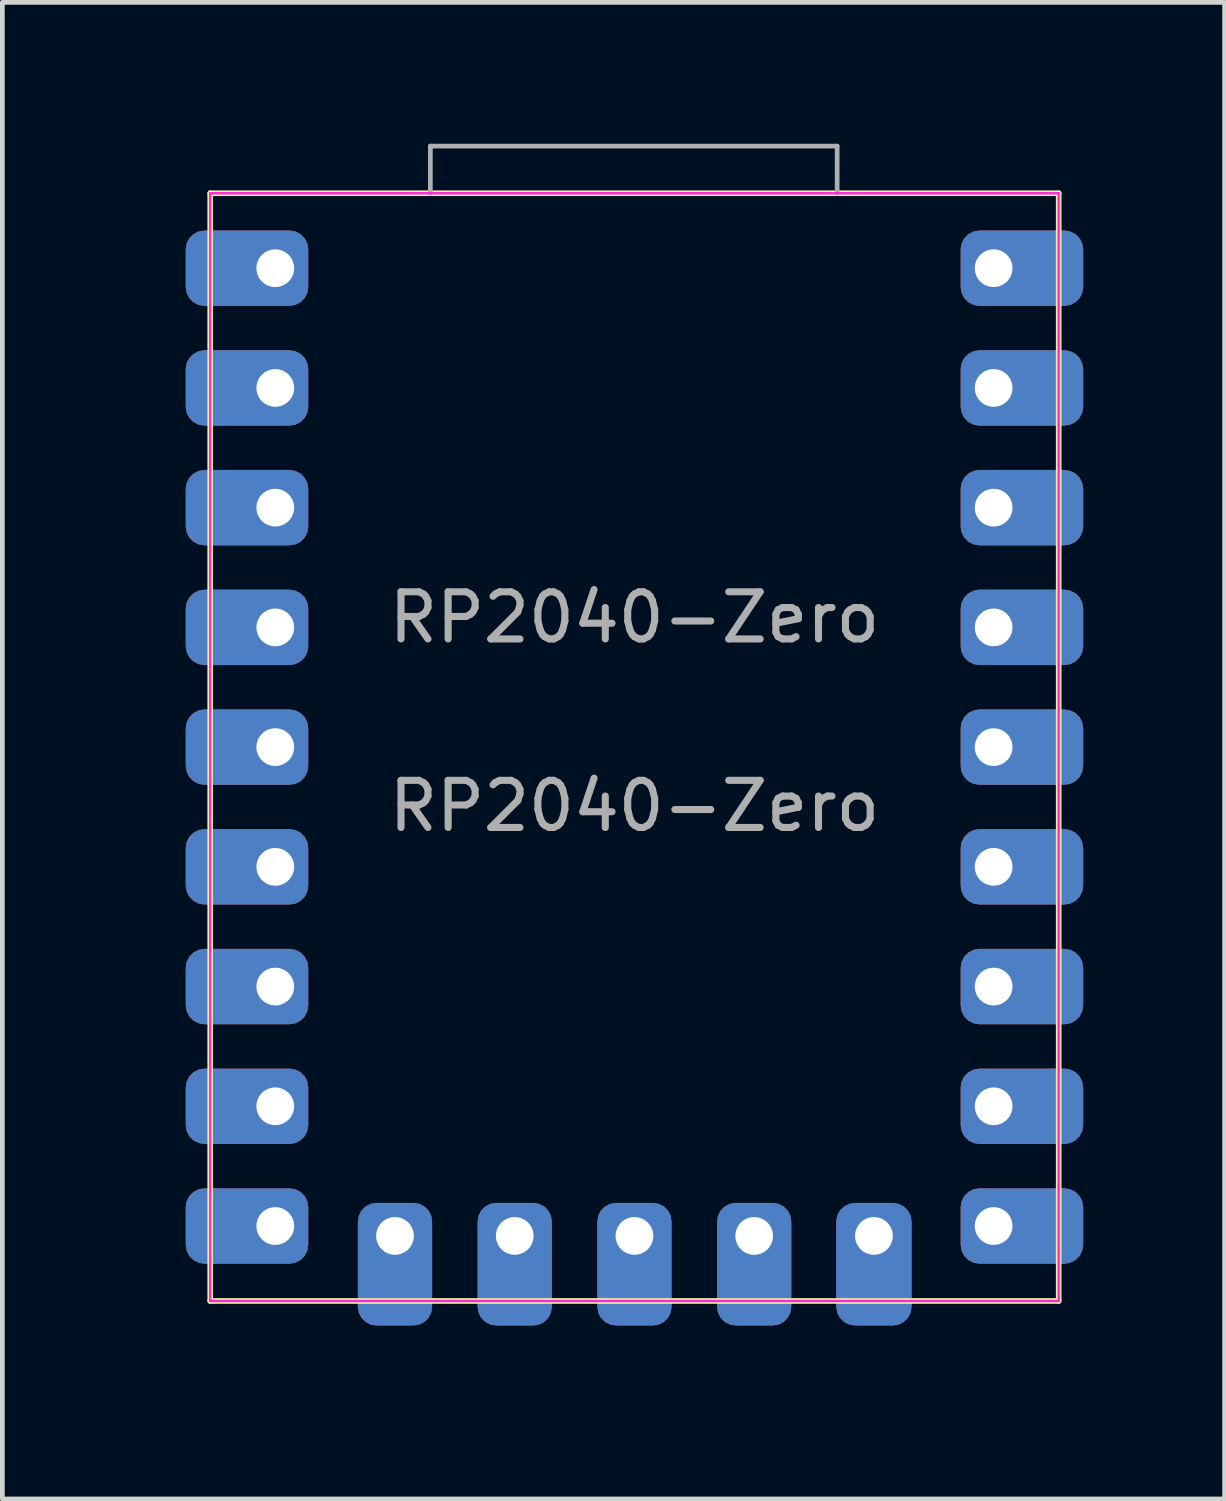
<source format=kicad_pcb>
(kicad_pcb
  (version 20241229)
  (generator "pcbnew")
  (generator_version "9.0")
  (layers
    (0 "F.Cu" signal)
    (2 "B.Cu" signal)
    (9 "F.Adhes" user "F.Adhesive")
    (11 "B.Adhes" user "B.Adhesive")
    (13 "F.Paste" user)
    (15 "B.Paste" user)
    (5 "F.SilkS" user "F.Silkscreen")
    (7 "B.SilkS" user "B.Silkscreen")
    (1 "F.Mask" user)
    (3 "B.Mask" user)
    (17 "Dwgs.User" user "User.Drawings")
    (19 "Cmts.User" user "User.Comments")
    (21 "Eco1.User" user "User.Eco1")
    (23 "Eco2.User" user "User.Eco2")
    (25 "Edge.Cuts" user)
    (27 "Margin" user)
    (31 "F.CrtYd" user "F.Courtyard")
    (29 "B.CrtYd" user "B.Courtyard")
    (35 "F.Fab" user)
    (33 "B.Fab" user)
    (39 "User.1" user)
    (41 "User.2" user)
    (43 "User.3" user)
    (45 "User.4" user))
  (footprint "RP2040-Zero"
    (layer "F.Cu")
    (at 0.25 25.5)
    (property "Reference" "RP2040-Zero" (at 10.16 -15.45 0) (unlocked yes) (layer "F.Fab") (effects (font (size 1 1) (thickness 0.15))))
    (attr through_hole)
    (fp_line (start 1.16 -24.45) (end 1.16 -0.95) (stroke (width 0.12) (type solid)) (layer "F.SilkS"))
    (fp_line (start 1.16 -0.95) (end 19.16 -0.95) (stroke (width 0.12) (type solid)) (layer "F.SilkS"))
    (fp_line (start 19.16 -24.45) (end 1.16 -24.45) (stroke (width 0.12) (type solid)) (layer "F.SilkS"))
    (fp_line (start 19.16 -0.95) (end 19.16 -24.45) (stroke (width 0.12) (type solid)) (layer "F.SilkS"))
    (fp_line (start 1.16 -24.45) (end 19.16 -24.45) (stroke (width 0.05) (type solid)) (layer "F.CrtYd"))
    (fp_line (start 1.16 -0.95) (end 1.16 -24.45) (stroke (width 0.05) (type solid)) (layer "F.CrtYd"))
    (fp_line (start 19.16 -24.45) (end 19.16 -0.95) (stroke (width 0.05) (type solid)) (layer "F.CrtYd"))
    (fp_line (start 19.16 -0.95) (end 1.16 -0.95) (stroke (width 0.05) (type solid)) (layer "F.CrtYd"))
    (fp_line (start 5.83 -25.45) (end 5.83 -24.45) (stroke (width 0.1) (type solid)) (layer "F.Fab"))
    (fp_line (start 5.83 -25.45) (end 14.46 -25.45) (stroke (width 0.1) (type solid)) (layer "F.Fab"))
    (fp_line (start 14.46 -25.45) (end 14.46 -24.45) (stroke (width 0.1) (type solid)) (layer "F.Fab"))
    (fp_text user "${REFERENCE}" (at 10.16 -11.45 0) (unlocked yes) (layer "F.Fab") (effects (font (size 1 1) (thickness 0.15))))
    (pad "1" thru_hole roundrect (at 17.78 -22.86) (size 2.6 1.6) (drill 0.8 (offset 0.6 0)) (layers "*.Cu" "*.Mask") (roundrect_rratio 0.25))
    (pad "2" thru_hole roundrect (at 17.78 -20.32) (size 2.6 1.6) (drill 0.8 (offset 0.6 0)) (layers "*.Cu" "*.Mask") (roundrect_rratio 0.25))
    (pad "3" thru_hole roundrect (at 17.78 -17.78) (size 2.6 1.6) (drill 0.8 (offset 0.6 0)) (layers "*.Cu" "*.Mask") (roundrect_rratio 0.25))
    (pad "4" thru_hole roundrect (at 17.78 -15.24) (size 2.6 1.6) (drill 0.8 (offset 0.6 0)) (layers "*.Cu" "*.Mask") (roundrect_rratio 0.25))
    (pad "5" thru_hole roundrect (at 17.78 -12.7) (size 2.6 1.6) (drill 0.8 (offset 0.6 0)) (layers "*.Cu" "*.Mask") (roundrect_rratio 0.25))
    (pad "6" thru_hole roundrect (at 17.78 -10.16) (size 2.6 1.6) (drill 0.8 (offset 0.6 0)) (layers "*.Cu" "*.Mask") (roundrect_rratio 0.25))
    (pad "7" thru_hole roundrect (at 17.78 -7.62) (size 2.6 1.6) (drill 0.8 (offset 0.6 0)) (layers "*.Cu" "*.Mask") (roundrect_rratio 0.25))
    (pad "8" thru_hole roundrect (at 17.78 -5.08) (size 2.6 1.6) (drill 0.8 (offset 0.6 0)) (layers "*.Cu" "*.Mask") (roundrect_rratio 0.25))
    (pad "9" thru_hole roundrect (at 17.78 -2.54) (size 2.6 1.6) (drill 0.8 (offset 0.6 0)) (layers "*.Cu" "*.Mask") (roundrect_rratio 0.25))
    (pad "10" thru_hole roundrect (at 15.24 -2.33) (size 1.6 2.6) (drill 0.8 (offset 0 0.6)) (layers "*.Cu" "*.Mask") (roundrect_rratio 0.25))
    (pad "11" thru_hole roundrect (at 12.7 -2.33) (size 1.575 2.6) (drill 0.8 (offset 0 0.6)) (layers "*.Cu" "*.Mask") (roundrect_rratio 0.25))
    (pad "12" thru_hole roundrect (at 10.16 -2.33) (size 1.575 2.6) (drill 0.8 (offset 0 0.6)) (layers "*.Cu" "*.Mask") (roundrect_rratio 0.25))
    (pad "13" thru_hole roundrect (at 7.62 -2.33) (size 1.575 2.6) (drill 0.8 (offset 0 0.6)) (layers "*.Cu" "*.Mask") (roundrect_rratio 0.25))
    (pad "14" thru_hole roundrect (at 5.08 -2.33) (size 1.575 2.6) (drill 0.8 (offset 0 0.6)) (layers "*.Cu" "*.Mask") (roundrect_rratio 0.25))
    (pad "15" thru_hole roundrect (at 2.54 -2.54) (size 2.6 1.6) (drill 0.8 (offset -0.6 0)) (layers "*.Cu" "*.Mask") (roundrect_rratio 0.25))
    (pad "16" thru_hole roundrect (at 2.54 -5.08) (size 2.6 1.6) (drill 0.8 (offset -0.6 0)) (layers "*.Cu" "*.Mask") (roundrect_rratio 0.25))
    (pad "17" thru_hole roundrect (at 2.54 -7.62) (size 2.6 1.6) (drill 0.8 (offset -0.6 0)) (layers "*.Cu" "*.Mask") (roundrect_rratio 0.25))
    (pad "18" thru_hole roundrect (at 2.54 -10.16) (size 2.6 1.6) (drill 0.8 (offset -0.6 0)) (layers "*.Cu" "*.Mask") (roundrect_rratio 0.25))
    (pad "19" thru_hole roundrect (at 2.54 -22.86) (size 2.6 1.6) (drill 0.8 (offset -0.6 0)) (layers "*.Cu" "*.Mask") (roundrect_rratio 0.25))
    (pad "20" thru_hole roundrect (at 2.54 -20.32) (size 2.6 1.6) (drill 0.8 (offset -0.6 0)) (layers "*.Cu" "*.Mask") (roundrect_rratio 0.25))
    (pad "21" thru_hole roundrect (at 2.54 -17.78) (size 2.6 1.6) (drill 0.8 (offset -0.6 0)) (layers "*.Cu" "*.Mask") (roundrect_rratio 0.25))
    (pad "22" thru_hole roundrect (at 2.54 -12.7) (size 2.6 1.6) (drill 0.8 (offset -0.6 0)) (layers "*.Cu" "*.Mask") (roundrect_rratio 0.25))
    (pad "23" thru_hole roundrect (at 2.54 -15.24) (size 2.6 1.6) (drill 0.8 (offset -0.6 0)) (layers "*.Cu" "*.Mask") (roundrect_rratio 0.25)))
  (gr_rect
    (start -3 -3)
    (end 22.93 28.75)
    (stroke (width 0.1) (type default))
    (fill no)
    (layer "Edge.Cuts")))
</source>
